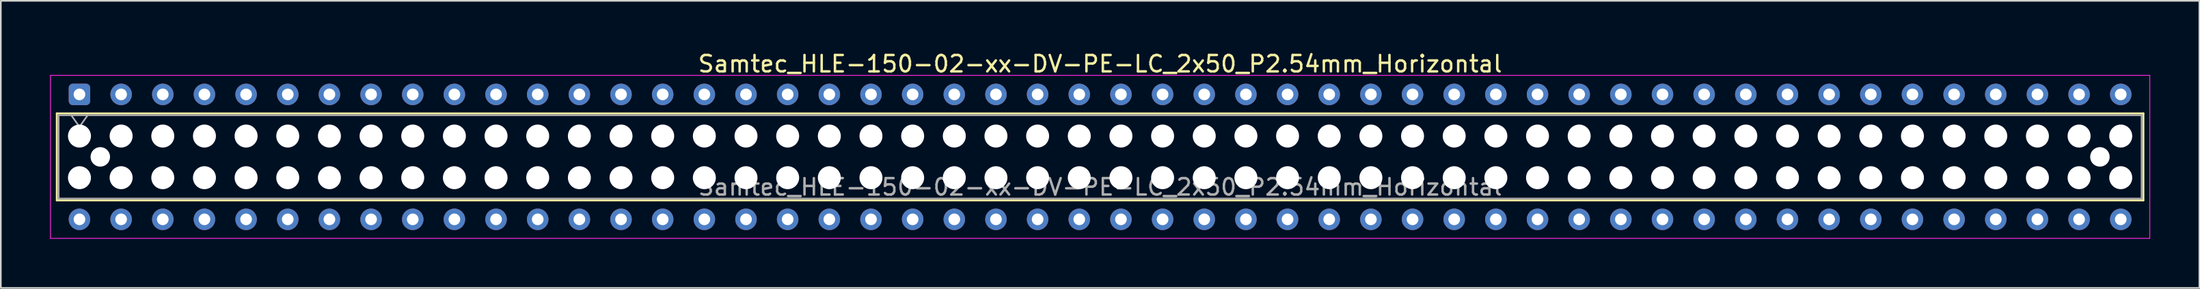
<source format=kicad_pcb>
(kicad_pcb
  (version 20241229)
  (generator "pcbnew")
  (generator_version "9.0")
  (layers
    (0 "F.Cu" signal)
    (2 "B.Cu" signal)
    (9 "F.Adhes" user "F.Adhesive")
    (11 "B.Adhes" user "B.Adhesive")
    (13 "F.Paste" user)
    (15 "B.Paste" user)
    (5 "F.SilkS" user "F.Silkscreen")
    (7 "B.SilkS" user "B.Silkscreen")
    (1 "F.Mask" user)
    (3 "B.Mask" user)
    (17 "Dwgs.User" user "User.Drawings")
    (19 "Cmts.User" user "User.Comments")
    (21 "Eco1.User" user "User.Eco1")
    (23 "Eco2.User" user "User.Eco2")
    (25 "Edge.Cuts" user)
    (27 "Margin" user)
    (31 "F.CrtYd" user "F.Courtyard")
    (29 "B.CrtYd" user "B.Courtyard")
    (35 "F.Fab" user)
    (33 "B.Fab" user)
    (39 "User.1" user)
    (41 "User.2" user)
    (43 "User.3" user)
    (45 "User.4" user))
  (footprint "Samtec_HLE-150-02-xx-DV-PE-LC_2x50_P2.54mm_Horizontal"
    (layer "F.Cu")
    (at 1.795 2.708)
    (property "Reference" "Samtec_HLE-150-02-xx-DV-PE-LC_2x50_P2.54mm_Horizontal" (at 62.23 -1.86 0) (layer "F.SilkS") (effects (font (size 1 1) (thickness 0.15))))
    (attr through_hole)
    (fp_line (start -1.38 1.16) (end 125.84 1.16) (stroke (width 0.12) (type solid)) (layer "F.SilkS"))
    (fp_line (start -1.38 6.46) (end -1.38 1.16) (stroke (width 0.12) (type solid)) (layer "F.SilkS"))
    (fp_line (start 125.84 1.16) (end 125.84 6.46) (stroke (width 0.12) (type solid)) (layer "F.SilkS"))
    (fp_line (start 125.84 6.46) (end -1.38 6.46) (stroke (width 0.12) (type solid)) (layer "F.SilkS"))
    (fp_line (start -1.77 -1.16) (end 126.23 -1.16) (stroke (width 0.05) (type solid)) (layer "F.CrtYd"))
    (fp_line (start -1.77 8.78) (end -1.77 -1.16) (stroke (width 0.05) (type solid)) (layer "F.CrtYd"))
    (fp_line (start 126.23 -1.16) (end 126.23 8.78) (stroke (width 0.05) (type solid)) (layer "F.CrtYd"))
    (fp_line (start 126.23 8.78) (end -1.77 8.78) (stroke (width 0.05) (type solid)) (layer "F.CrtYd"))
    (fp_line (start -1.27 1.27) (end 125.73 1.27) (stroke (width 0.1) (type solid)) (layer "F.Fab"))
    (fp_line (start -1.27 6.35) (end -1.27 1.27) (stroke (width 0.1) (type solid)) (layer "F.Fab"))
    (fp_line (start -0.5 1.27) (end 0 1.977) (stroke (width 0.1) (type solid)) (layer "F.Fab"))
    (fp_line (start 0 1.977) (end 0.5 1.27) (stroke (width 0.1) (type solid)) (layer "F.Fab"))
    (fp_line (start 125.73 1.27) (end 125.73 6.35) (stroke (width 0.1) (type solid)) (layer "F.Fab"))
    (fp_line (start 125.73 6.35) (end -1.27 6.35) (stroke (width 0.1) (type solid)) (layer "F.Fab"))
    (fp_text user "${REFERENCE}" (at 62.23 5.65 0) (layer "F.Fab") (effects (font (size 1 1) (thickness 0.15))))
    (pad "" np_thru_hole circle (at 0 2.54) (size 1.4 1.4) (drill 1.4) (layers "*.Cu" "*.Mask"))
    (pad "" np_thru_hole circle (at 0 5.08) (size 1.4 1.4) (drill 1.4) (layers "*.Cu" "*.Mask"))
    (pad "" np_thru_hole circle (at 1.27 3.81) (size 1.19 1.19) (drill 1.19) (layers "*.Cu" "*.Mask"))
    (pad "" np_thru_hole circle (at 2.54 2.54) (size 1.4 1.4) (drill 1.4) (layers "*.Cu" "*.Mask"))
    (pad "" np_thru_hole circle (at 2.54 5.08) (size 1.4 1.4) (drill 1.4) (layers "*.Cu" "*.Mask"))
    (pad "" np_thru_hole circle (at 5.08 2.54) (size 1.4 1.4) (drill 1.4) (layers "*.Cu" "*.Mask"))
    (pad "" np_thru_hole circle (at 5.08 5.08) (size 1.4 1.4) (drill 1.4) (layers "*.Cu" "*.Mask"))
    (pad "" np_thru_hole circle (at 7.62 2.54) (size 1.4 1.4) (drill 1.4) (layers "*.Cu" "*.Mask"))
    (pad "" np_thru_hole circle (at 7.62 5.08) (size 1.4 1.4) (drill 1.4) (layers "*.Cu" "*.Mask"))
    (pad "" np_thru_hole circle (at 10.16 2.54) (size 1.4 1.4) (drill 1.4) (layers "*.Cu" "*.Mask"))
    (pad "" np_thru_hole circle (at 10.16 5.08) (size 1.4 1.4) (drill 1.4) (layers "*.Cu" "*.Mask"))
    (pad "" np_thru_hole circle (at 12.7 2.54) (size 1.4 1.4) (drill 1.4) (layers "*.Cu" "*.Mask"))
    (pad "" np_thru_hole circle (at 12.7 5.08) (size 1.4 1.4) (drill 1.4) (layers "*.Cu" "*.Mask"))
    (pad "" np_thru_hole circle (at 15.24 2.54) (size 1.4 1.4) (drill 1.4) (layers "*.Cu" "*.Mask"))
    (pad "" np_thru_hole circle (at 15.24 5.08) (size 1.4 1.4) (drill 1.4) (layers "*.Cu" "*.Mask"))
    (pad "" np_thru_hole circle (at 17.78 2.54) (size 1.4 1.4) (drill 1.4) (layers "*.Cu" "*.Mask"))
    (pad "" np_thru_hole circle (at 17.78 5.08) (size 1.4 1.4) (drill 1.4) (layers "*.Cu" "*.Mask"))
    (pad "" np_thru_hole circle (at 20.32 2.54) (size 1.4 1.4) (drill 1.4) (layers "*.Cu" "*.Mask"))
    (pad "" np_thru_hole circle (at 20.32 5.08) (size 1.4 1.4) (drill 1.4) (layers "*.Cu" "*.Mask"))
    (pad "" np_thru_hole circle (at 22.86 2.54) (size 1.4 1.4) (drill 1.4) (layers "*.Cu" "*.Mask"))
    (pad "" np_thru_hole circle (at 22.86 5.08) (size 1.4 1.4) (drill 1.4) (layers "*.Cu" "*.Mask"))
    (pad "" np_thru_hole circle (at 25.4 2.54) (size 1.4 1.4) (drill 1.4) (layers "*.Cu" "*.Mask"))
    (pad "" np_thru_hole circle (at 25.4 5.08) (size 1.4 1.4) (drill 1.4) (layers "*.Cu" "*.Mask"))
    (pad "" np_thru_hole circle (at 27.94 2.54) (size 1.4 1.4) (drill 1.4) (layers "*.Cu" "*.Mask"))
    (pad "" np_thru_hole circle (at 27.94 5.08) (size 1.4 1.4) (drill 1.4) (layers "*.Cu" "*.Mask"))
    (pad "" np_thru_hole circle (at 30.48 2.54) (size 1.4 1.4) (drill 1.4) (layers "*.Cu" "*.Mask"))
    (pad "" np_thru_hole circle (at 30.48 5.08) (size 1.4 1.4) (drill 1.4) (layers "*.Cu" "*.Mask"))
    (pad "" np_thru_hole circle (at 33.02 2.54) (size 1.4 1.4) (drill 1.4) (layers "*.Cu" "*.Mask"))
    (pad "" np_thru_hole circle (at 33.02 5.08) (size 1.4 1.4) (drill 1.4) (layers "*.Cu" "*.Mask"))
    (pad "" np_thru_hole circle (at 35.56 2.54) (size 1.4 1.4) (drill 1.4) (layers "*.Cu" "*.Mask"))
    (pad "" np_thru_hole circle (at 35.56 5.08) (size 1.4 1.4) (drill 1.4) (layers "*.Cu" "*.Mask"))
    (pad "" np_thru_hole circle (at 38.1 2.54) (size 1.4 1.4) (drill 1.4) (layers "*.Cu" "*.Mask"))
    (pad "" np_thru_hole circle (at 38.1 5.08) (size 1.4 1.4) (drill 1.4) (layers "*.Cu" "*.Mask"))
    (pad "" np_thru_hole circle (at 40.64 2.54) (size 1.4 1.4) (drill 1.4) (layers "*.Cu" "*.Mask"))
    (pad "" np_thru_hole circle (at 40.64 5.08) (size 1.4 1.4) (drill 1.4) (layers "*.Cu" "*.Mask"))
    (pad "" np_thru_hole circle (at 43.18 2.54) (size 1.4 1.4) (drill 1.4) (layers "*.Cu" "*.Mask"))
    (pad "" np_thru_hole circle (at 43.18 5.08) (size 1.4 1.4) (drill 1.4) (layers "*.Cu" "*.Mask"))
    (pad "" np_thru_hole circle (at 45.72 2.54) (size 1.4 1.4) (drill 1.4) (layers "*.Cu" "*.Mask"))
    (pad "" np_thru_hole circle (at 45.72 5.08) (size 1.4 1.4) (drill 1.4) (layers "*.Cu" "*.Mask"))
    (pad "" np_thru_hole circle (at 48.26 2.54) (size 1.4 1.4) (drill 1.4) (layers "*.Cu" "*.Mask"))
    (pad "" np_thru_hole circle (at 48.26 5.08) (size 1.4 1.4) (drill 1.4) (layers "*.Cu" "*.Mask"))
    (pad "" np_thru_hole circle (at 50.8 2.54) (size 1.4 1.4) (drill 1.4) (layers "*.Cu" "*.Mask"))
    (pad "" np_thru_hole circle (at 50.8 5.08) (size 1.4 1.4) (drill 1.4) (layers "*.Cu" "*.Mask"))
    (pad "" np_thru_hole circle (at 53.34 2.54) (size 1.4 1.4) (drill 1.4) (layers "*.Cu" "*.Mask"))
    (pad "" np_thru_hole circle (at 53.34 5.08) (size 1.4 1.4) (drill 1.4) (layers "*.Cu" "*.Mask"))
    (pad "" np_thru_hole circle (at 55.88 2.54) (size 1.4 1.4) (drill 1.4) (layers "*.Cu" "*.Mask"))
    (pad "" np_thru_hole circle (at 55.88 5.08) (size 1.4 1.4) (drill 1.4) (layers "*.Cu" "*.Mask"))
    (pad "" np_thru_hole circle (at 58.42 2.54) (size 1.4 1.4) (drill 1.4) (layers "*.Cu" "*.Mask"))
    (pad "" np_thru_hole circle (at 58.42 5.08) (size 1.4 1.4) (drill 1.4) (layers "*.Cu" "*.Mask"))
    (pad "" np_thru_hole circle (at 60.96 2.54) (size 1.4 1.4) (drill 1.4) (layers "*.Cu" "*.Mask"))
    (pad "" np_thru_hole circle (at 60.96 5.08) (size 1.4 1.4) (drill 1.4) (layers "*.Cu" "*.Mask"))
    (pad "" np_thru_hole circle (at 63.5 2.54) (size 1.4 1.4) (drill 1.4) (layers "*.Cu" "*.Mask"))
    (pad "" np_thru_hole circle (at 63.5 5.08) (size 1.4 1.4) (drill 1.4) (layers "*.Cu" "*.Mask"))
    (pad "" np_thru_hole circle (at 66.04 2.54) (size 1.4 1.4) (drill 1.4) (layers "*.Cu" "*.Mask"))
    (pad "" np_thru_hole circle (at 66.04 5.08) (size 1.4 1.4) (drill 1.4) (layers "*.Cu" "*.Mask"))
    (pad "" np_thru_hole circle (at 68.58 2.54) (size 1.4 1.4) (drill 1.4) (layers "*.Cu" "*.Mask"))
    (pad "" np_thru_hole circle (at 68.58 5.08) (size 1.4 1.4) (drill 1.4) (layers "*.Cu" "*.Mask"))
    (pad "" np_thru_hole circle (at 71.12 2.54) (size 1.4 1.4) (drill 1.4) (layers "*.Cu" "*.Mask"))
    (pad "" np_thru_hole circle (at 71.12 5.08) (size 1.4 1.4) (drill 1.4) (layers "*.Cu" "*.Mask"))
    (pad "" np_thru_hole circle (at 73.66 2.54) (size 1.4 1.4) (drill 1.4) (layers "*.Cu" "*.Mask"))
    (pad "" np_thru_hole circle (at 73.66 5.08) (size 1.4 1.4) (drill 1.4) (layers "*.Cu" "*.Mask"))
    (pad "" np_thru_hole circle (at 76.2 2.54) (size 1.4 1.4) (drill 1.4) (layers "*.Cu" "*.Mask"))
    (pad "" np_thru_hole circle (at 76.2 5.08) (size 1.4 1.4) (drill 1.4) (layers "*.Cu" "*.Mask"))
    (pad "" np_thru_hole circle (at 78.74 2.54) (size 1.4 1.4) (drill 1.4) (layers "*.Cu" "*.Mask"))
    (pad "" np_thru_hole circle (at 78.74 5.08) (size 1.4 1.4) (drill 1.4) (layers "*.Cu" "*.Mask"))
    (pad "" np_thru_hole circle (at 81.28 2.54) (size 1.4 1.4) (drill 1.4) (layers "*.Cu" "*.Mask"))
    (pad "" np_thru_hole circle (at 81.28 5.08) (size 1.4 1.4) (drill 1.4) (layers "*.Cu" "*.Mask"))
    (pad "" np_thru_hole circle (at 83.82 2.54) (size 1.4 1.4) (drill 1.4) (layers "*.Cu" "*.Mask"))
    (pad "" np_thru_hole circle (at 83.82 5.08) (size 1.4 1.4) (drill 1.4) (layers "*.Cu" "*.Mask"))
    (pad "" np_thru_hole circle (at 86.36 2.54) (size 1.4 1.4) (drill 1.4) (layers "*.Cu" "*.Mask"))
    (pad "" np_thru_hole circle (at 86.36 5.08) (size 1.4 1.4) (drill 1.4) (layers "*.Cu" "*.Mask"))
    (pad "" np_thru_hole circle (at 88.9 2.54) (size 1.4 1.4) (drill 1.4) (layers "*.Cu" "*.Mask"))
    (pad "" np_thru_hole circle (at 88.9 5.08) (size 1.4 1.4) (drill 1.4) (layers "*.Cu" "*.Mask"))
    (pad "" np_thru_hole circle (at 91.44 2.54) (size 1.4 1.4) (drill 1.4) (layers "*.Cu" "*.Mask"))
    (pad "" np_thru_hole circle (at 91.44 5.08) (size 1.4 1.4) (drill 1.4) (layers "*.Cu" "*.Mask"))
    (pad "" np_thru_hole circle (at 93.98 2.54) (size 1.4 1.4) (drill 1.4) (layers "*.Cu" "*.Mask"))
    (pad "" np_thru_hole circle (at 93.98 5.08) (size 1.4 1.4) (drill 1.4) (layers "*.Cu" "*.Mask"))
    (pad "" np_thru_hole circle (at 96.52 2.54) (size 1.4 1.4) (drill 1.4) (layers "*.Cu" "*.Mask"))
    (pad "" np_thru_hole circle (at 96.52 5.08) (size 1.4 1.4) (drill 1.4) (layers "*.Cu" "*.Mask"))
    (pad "" np_thru_hole circle (at 99.06 2.54) (size 1.4 1.4) (drill 1.4) (layers "*.Cu" "*.Mask"))
    (pad "" np_thru_hole circle (at 99.06 5.08) (size 1.4 1.4) (drill 1.4) (layers "*.Cu" "*.Mask"))
    (pad "" np_thru_hole circle (at 101.6 2.54) (size 1.4 1.4) (drill 1.4) (layers "*.Cu" "*.Mask"))
    (pad "" np_thru_hole circle (at 101.6 5.08) (size 1.4 1.4) (drill 1.4) (layers "*.Cu" "*.Mask"))
    (pad "" np_thru_hole circle (at 104.14 2.54) (size 1.4 1.4) (drill 1.4) (layers "*.Cu" "*.Mask"))
    (pad "" np_thru_hole circle (at 104.14 5.08) (size 1.4 1.4) (drill 1.4) (layers "*.Cu" "*.Mask"))
    (pad "" np_thru_hole circle (at 106.68 2.54) (size 1.4 1.4) (drill 1.4) (layers "*.Cu" "*.Mask"))
    (pad "" np_thru_hole circle (at 106.68 5.08) (size 1.4 1.4) (drill 1.4) (layers "*.Cu" "*.Mask"))
    (pad "" np_thru_hole circle (at 109.22 2.54) (size 1.4 1.4) (drill 1.4) (layers "*.Cu" "*.Mask"))
    (pad "" np_thru_hole circle (at 109.22 5.08) (size 1.4 1.4) (drill 1.4) (layers "*.Cu" "*.Mask"))
    (pad "" np_thru_hole circle (at 111.76 2.54) (size 1.4 1.4) (drill 1.4) (layers "*.Cu" "*.Mask"))
    (pad "" np_thru_hole circle (at 111.76 5.08) (size 1.4 1.4) (drill 1.4) (layers "*.Cu" "*.Mask"))
    (pad "" np_thru_hole circle (at 114.3 2.54) (size 1.4 1.4) (drill 1.4) (layers "*.Cu" "*.Mask"))
    (pad "" np_thru_hole circle (at 114.3 5.08) (size 1.4 1.4) (drill 1.4) (layers "*.Cu" "*.Mask"))
    (pad "" np_thru_hole circle (at 116.84 2.54) (size 1.4 1.4) (drill 1.4) (layers "*.Cu" "*.Mask"))
    (pad "" np_thru_hole circle (at 116.84 5.08) (size 1.4 1.4) (drill 1.4) (layers "*.Cu" "*.Mask"))
    (pad "" np_thru_hole circle (at 119.38 2.54) (size 1.4 1.4) (drill 1.4) (layers "*.Cu" "*.Mask"))
    (pad "" np_thru_hole circle (at 119.38 5.08) (size 1.4 1.4) (drill 1.4) (layers "*.Cu" "*.Mask"))
    (pad "" np_thru_hole circle (at 121.92 2.54) (size 1.4 1.4) (drill 1.4) (layers "*.Cu" "*.Mask"))
    (pad "" np_thru_hole circle (at 121.92 5.08) (size 1.4 1.4) (drill 1.4) (layers "*.Cu" "*.Mask"))
    (pad "" np_thru_hole circle (at 123.19 3.81) (size 1.19 1.19) (drill 1.19) (layers "*.Cu" "*.Mask"))
    (pad "" np_thru_hole circle (at 124.46 2.54) (size 1.4 1.4) (drill 1.4) (layers "*.Cu" "*.Mask"))
    (pad "" np_thru_hole circle (at 124.46 5.08) (size 1.4 1.4) (drill 1.4) (layers "*.Cu" "*.Mask"))
    (pad "1" thru_hole roundrect (at 0 0) (size 1.31 1.31) (drill 0.71) (layers "*.Cu" "*.Mask") (roundrect_rratio 0.191))
    (pad "2" thru_hole circle (at 0 7.62) (size 1.31 1.31) (drill 0.71) (layers "*.Cu" "*.Mask"))
    (pad "3" thru_hole circle (at 2.54 0) (size 1.31 1.31) (drill 0.71) (layers "*.Cu" "*.Mask"))
    (pad "4" thru_hole circle (at 2.54 7.62) (size 1.31 1.31) (drill 0.71) (layers "*.Cu" "*.Mask"))
    (pad "5" thru_hole circle (at 5.08 0) (size 1.31 1.31) (drill 0.71) (layers "*.Cu" "*.Mask"))
    (pad "6" thru_hole circle (at 5.08 7.62) (size 1.31 1.31) (drill 0.71) (layers "*.Cu" "*.Mask"))
    (pad "7" thru_hole circle (at 7.62 0) (size 1.31 1.31) (drill 0.71) (layers "*.Cu" "*.Mask"))
    (pad "8" thru_hole circle (at 7.62 7.62) (size 1.31 1.31) (drill 0.71) (layers "*.Cu" "*.Mask"))
    (pad "9" thru_hole circle (at 10.16 0) (size 1.31 1.31) (drill 0.71) (layers "*.Cu" "*.Mask"))
    (pad "10" thru_hole circle (at 10.16 7.62) (size 1.31 1.31) (drill 0.71) (layers "*.Cu" "*.Mask"))
    (pad "11" thru_hole circle (at 12.7 0) (size 1.31 1.31) (drill 0.71) (layers "*.Cu" "*.Mask"))
    (pad "12" thru_hole circle (at 12.7 7.62) (size 1.31 1.31) (drill 0.71) (layers "*.Cu" "*.Mask"))
    (pad "13" thru_hole circle (at 15.24 0) (size 1.31 1.31) (drill 0.71) (layers "*.Cu" "*.Mask"))
    (pad "14" thru_hole circle (at 15.24 7.62) (size 1.31 1.31) (drill 0.71) (layers "*.Cu" "*.Mask"))
    (pad "15" thru_hole circle (at 17.78 0) (size 1.31 1.31) (drill 0.71) (layers "*.Cu" "*.Mask"))
    (pad "16" thru_hole circle (at 17.78 7.62) (size 1.31 1.31) (drill 0.71) (layers "*.Cu" "*.Mask"))
    (pad "17" thru_hole circle (at 20.32 0) (size 1.31 1.31) (drill 0.71) (layers "*.Cu" "*.Mask"))
    (pad "18" thru_hole circle (at 20.32 7.62) (size 1.31 1.31) (drill 0.71) (layers "*.Cu" "*.Mask"))
    (pad "19" thru_hole circle (at 22.86 0) (size 1.31 1.31) (drill 0.71) (layers "*.Cu" "*.Mask"))
    (pad "20" thru_hole circle (at 22.86 7.62) (size 1.31 1.31) (drill 0.71) (layers "*.Cu" "*.Mask"))
    (pad "21" thru_hole circle (at 25.4 0) (size 1.31 1.31) (drill 0.71) (layers "*.Cu" "*.Mask"))
    (pad "22" thru_hole circle (at 25.4 7.62) (size 1.31 1.31) (drill 0.71) (layers "*.Cu" "*.Mask"))
    (pad "23" thru_hole circle (at 27.94 0) (size 1.31 1.31) (drill 0.71) (layers "*.Cu" "*.Mask"))
    (pad "24" thru_hole circle (at 27.94 7.62) (size 1.31 1.31) (drill 0.71) (layers "*.Cu" "*.Mask"))
    (pad "25" thru_hole circle (at 30.48 0) (size 1.31 1.31) (drill 0.71) (layers "*.Cu" "*.Mask"))
    (pad "26" thru_hole circle (at 30.48 7.62) (size 1.31 1.31) (drill 0.71) (layers "*.Cu" "*.Mask"))
    (pad "27" thru_hole circle (at 33.02 0) (size 1.31 1.31) (drill 0.71) (layers "*.Cu" "*.Mask"))
    (pad "28" thru_hole circle (at 33.02 7.62) (size 1.31 1.31) (drill 0.71) (layers "*.Cu" "*.Mask"))
    (pad "29" thru_hole circle (at 35.56 0) (size 1.31 1.31) (drill 0.71) (layers "*.Cu" "*.Mask"))
    (pad "30" thru_hole circle (at 35.56 7.62) (size 1.31 1.31) (drill 0.71) (layers "*.Cu" "*.Mask"))
    (pad "31" thru_hole circle (at 38.1 0) (size 1.31 1.31) (drill 0.71) (layers "*.Cu" "*.Mask"))
    (pad "32" thru_hole circle (at 38.1 7.62) (size 1.31 1.31) (drill 0.71) (layers "*.Cu" "*.Mask"))
    (pad "33" thru_hole circle (at 40.64 0) (size 1.31 1.31) (drill 0.71) (layers "*.Cu" "*.Mask"))
    (pad "34" thru_hole circle (at 40.64 7.62) (size 1.31 1.31) (drill 0.71) (layers "*.Cu" "*.Mask"))
    (pad "35" thru_hole circle (at 43.18 0) (size 1.31 1.31) (drill 0.71) (layers "*.Cu" "*.Mask"))
    (pad "36" thru_hole circle (at 43.18 7.62) (size 1.31 1.31) (drill 0.71) (layers "*.Cu" "*.Mask"))
    (pad "37" thru_hole circle (at 45.72 0) (size 1.31 1.31) (drill 0.71) (layers "*.Cu" "*.Mask"))
    (pad "38" thru_hole circle (at 45.72 7.62) (size 1.31 1.31) (drill 0.71) (layers "*.Cu" "*.Mask"))
    (pad "39" thru_hole circle (at 48.26 0) (size 1.31 1.31) (drill 0.71) (layers "*.Cu" "*.Mask"))
    (pad "40" thru_hole circle (at 48.26 7.62) (size 1.31 1.31) (drill 0.71) (layers "*.Cu" "*.Mask"))
    (pad "41" thru_hole circle (at 50.8 0) (size 1.31 1.31) (drill 0.71) (layers "*.Cu" "*.Mask"))
    (pad "42" thru_hole circle (at 50.8 7.62) (size 1.31 1.31) (drill 0.71) (layers "*.Cu" "*.Mask"))
    (pad "43" thru_hole circle (at 53.34 0) (size 1.31 1.31) (drill 0.71) (layers "*.Cu" "*.Mask"))
    (pad "44" thru_hole circle (at 53.34 7.62) (size 1.31 1.31) (drill 0.71) (layers "*.Cu" "*.Mask"))
    (pad "45" thru_hole circle (at 55.88 0) (size 1.31 1.31) (drill 0.71) (layers "*.Cu" "*.Mask"))
    (pad "46" thru_hole circle (at 55.88 7.62) (size 1.31 1.31) (drill 0.71) (layers "*.Cu" "*.Mask"))
    (pad "47" thru_hole circle (at 58.42 0) (size 1.31 1.31) (drill 0.71) (layers "*.Cu" "*.Mask"))
    (pad "48" thru_hole circle (at 58.42 7.62) (size 1.31 1.31) (drill 0.71) (layers "*.Cu" "*.Mask"))
    (pad "49" thru_hole circle (at 60.96 0) (size 1.31 1.31) (drill 0.71) (layers "*.Cu" "*.Mask"))
    (pad "50" thru_hole circle (at 60.96 7.62) (size 1.31 1.31) (drill 0.71) (layers "*.Cu" "*.Mask"))
    (pad "51" thru_hole circle (at 63.5 0) (size 1.31 1.31) (drill 0.71) (layers "*.Cu" "*.Mask"))
    (pad "52" thru_hole circle (at 63.5 7.62) (size 1.31 1.31) (drill 0.71) (layers "*.Cu" "*.Mask"))
    (pad "53" thru_hole circle (at 66.04 0) (size 1.31 1.31) (drill 0.71) (layers "*.Cu" "*.Mask"))
    (pad "54" thru_hole circle (at 66.04 7.62) (size 1.31 1.31) (drill 0.71) (layers "*.Cu" "*.Mask"))
    (pad "55" thru_hole circle (at 68.58 0) (size 1.31 1.31) (drill 0.71) (layers "*.Cu" "*.Mask"))
    (pad "56" thru_hole circle (at 68.58 7.62) (size 1.31 1.31) (drill 0.71) (layers "*.Cu" "*.Mask"))
    (pad "57" thru_hole circle (at 71.12 0) (size 1.31 1.31) (drill 0.71) (layers "*.Cu" "*.Mask"))
    (pad "58" thru_hole circle (at 71.12 7.62) (size 1.31 1.31) (drill 0.71) (layers "*.Cu" "*.Mask"))
    (pad "59" thru_hole circle (at 73.66 0) (size 1.31 1.31) (drill 0.71) (layers "*.Cu" "*.Mask"))
    (pad "60" thru_hole circle (at 73.66 7.62) (size 1.31 1.31) (drill 0.71) (layers "*.Cu" "*.Mask"))
    (pad "61" thru_hole circle (at 76.2 0) (size 1.31 1.31) (drill 0.71) (layers "*.Cu" "*.Mask"))
    (pad "62" thru_hole circle (at 76.2 7.62) (size 1.31 1.31) (drill 0.71) (layers "*.Cu" "*.Mask"))
    (pad "63" thru_hole circle (at 78.74 0) (size 1.31 1.31) (drill 0.71) (layers "*.Cu" "*.Mask"))
    (pad "64" thru_hole circle (at 78.74 7.62) (size 1.31 1.31) (drill 0.71) (layers "*.Cu" "*.Mask"))
    (pad "65" thru_hole circle (at 81.28 0) (size 1.31 1.31) (drill 0.71) (layers "*.Cu" "*.Mask"))
    (pad "66" thru_hole circle (at 81.28 7.62) (size 1.31 1.31) (drill 0.71) (layers "*.Cu" "*.Mask"))
    (pad "67" thru_hole circle (at 83.82 0) (size 1.31 1.31) (drill 0.71) (layers "*.Cu" "*.Mask"))
    (pad "68" thru_hole circle (at 83.82 7.62) (size 1.31 1.31) (drill 0.71) (layers "*.Cu" "*.Mask"))
    (pad "69" thru_hole circle (at 86.36 0) (size 1.31 1.31) (drill 0.71) (layers "*.Cu" "*.Mask"))
    (pad "70" thru_hole circle (at 86.36 7.62) (size 1.31 1.31) (drill 0.71) (layers "*.Cu" "*.Mask"))
    (pad "71" thru_hole circle (at 88.9 0) (size 1.31 1.31) (drill 0.71) (layers "*.Cu" "*.Mask"))
    (pad "72" thru_hole circle (at 88.9 7.62) (size 1.31 1.31) (drill 0.71) (layers "*.Cu" "*.Mask"))
    (pad "73" thru_hole circle (at 91.44 0) (size 1.31 1.31) (drill 0.71) (layers "*.Cu" "*.Mask"))
    (pad "74" thru_hole circle (at 91.44 7.62) (size 1.31 1.31) (drill 0.71) (layers "*.Cu" "*.Mask"))
    (pad "75" thru_hole circle (at 93.98 0) (size 1.31 1.31) (drill 0.71) (layers "*.Cu" "*.Mask"))
    (pad "76" thru_hole circle (at 93.98 7.62) (size 1.31 1.31) (drill 0.71) (layers "*.Cu" "*.Mask"))
    (pad "77" thru_hole circle (at 96.52 0) (size 1.31 1.31) (drill 0.71) (layers "*.Cu" "*.Mask"))
    (pad "78" thru_hole circle (at 96.52 7.62) (size 1.31 1.31) (drill 0.71) (layers "*.Cu" "*.Mask"))
    (pad "79" thru_hole circle (at 99.06 0) (size 1.31 1.31) (drill 0.71) (layers "*.Cu" "*.Mask"))
    (pad "80" thru_hole circle (at 99.06 7.62) (size 1.31 1.31) (drill 0.71) (layers "*.Cu" "*.Mask"))
    (pad "81" thru_hole circle (at 101.6 0) (size 1.31 1.31) (drill 0.71) (layers "*.Cu" "*.Mask"))
    (pad "82" thru_hole circle (at 101.6 7.62) (size 1.31 1.31) (drill 0.71) (layers "*.Cu" "*.Mask"))
    (pad "83" thru_hole circle (at 104.14 0) (size 1.31 1.31) (drill 0.71) (layers "*.Cu" "*.Mask"))
    (pad "84" thru_hole circle (at 104.14 7.62) (size 1.31 1.31) (drill 0.71) (layers "*.Cu" "*.Mask"))
    (pad "85" thru_hole circle (at 106.68 0) (size 1.31 1.31) (drill 0.71) (layers "*.Cu" "*.Mask"))
    (pad "86" thru_hole circle (at 106.68 7.62) (size 1.31 1.31) (drill 0.71) (layers "*.Cu" "*.Mask"))
    (pad "87" thru_hole circle (at 109.22 0) (size 1.31 1.31) (drill 0.71) (layers "*.Cu" "*.Mask"))
    (pad "88" thru_hole circle (at 109.22 7.62) (size 1.31 1.31) (drill 0.71) (layers "*.Cu" "*.Mask"))
    (pad "89" thru_hole circle (at 111.76 0) (size 1.31 1.31) (drill 0.71) (layers "*.Cu" "*.Mask"))
    (pad "90" thru_hole circle (at 111.76 7.62) (size 1.31 1.31) (drill 0.71) (layers "*.Cu" "*.Mask"))
    (pad "91" thru_hole circle (at 114.3 0) (size 1.31 1.31) (drill 0.71) (layers "*.Cu" "*.Mask"))
    (pad "92" thru_hole circle (at 114.3 7.62) (size 1.31 1.31) (drill 0.71) (layers "*.Cu" "*.Mask"))
    (pad "93" thru_hole circle (at 116.84 0) (size 1.31 1.31) (drill 0.71) (layers "*.Cu" "*.Mask"))
    (pad "94" thru_hole circle (at 116.84 7.62) (size 1.31 1.31) (drill 0.71) (layers "*.Cu" "*.Mask"))
    (pad "95" thru_hole circle (at 119.38 0) (size 1.31 1.31) (drill 0.71) (layers "*.Cu" "*.Mask"))
    (pad "96" thru_hole circle (at 119.38 7.62) (size 1.31 1.31) (drill 0.71) (layers "*.Cu" "*.Mask"))
    (pad "97" thru_hole circle (at 121.92 0) (size 1.31 1.31) (drill 0.71) (layers "*.Cu" "*.Mask"))
    (pad "98" thru_hole circle (at 121.92 7.62) (size 1.31 1.31) (drill 0.71) (layers "*.Cu" "*.Mask"))
    (pad "99" thru_hole circle (at 124.46 0) (size 1.31 1.31) (drill 0.71) (layers "*.Cu" "*.Mask"))
    (pad "100" thru_hole circle (at 124.46 7.62) (size 1.31 1.31) (drill 0.71) (layers "*.Cu" "*.Mask")))
  (gr_rect
    (start -3 -3)
    (end 131.05 14.513)
    (stroke (width 0.1) (type default))
    (fill no)
    (layer "Edge.Cuts")))
</source>
